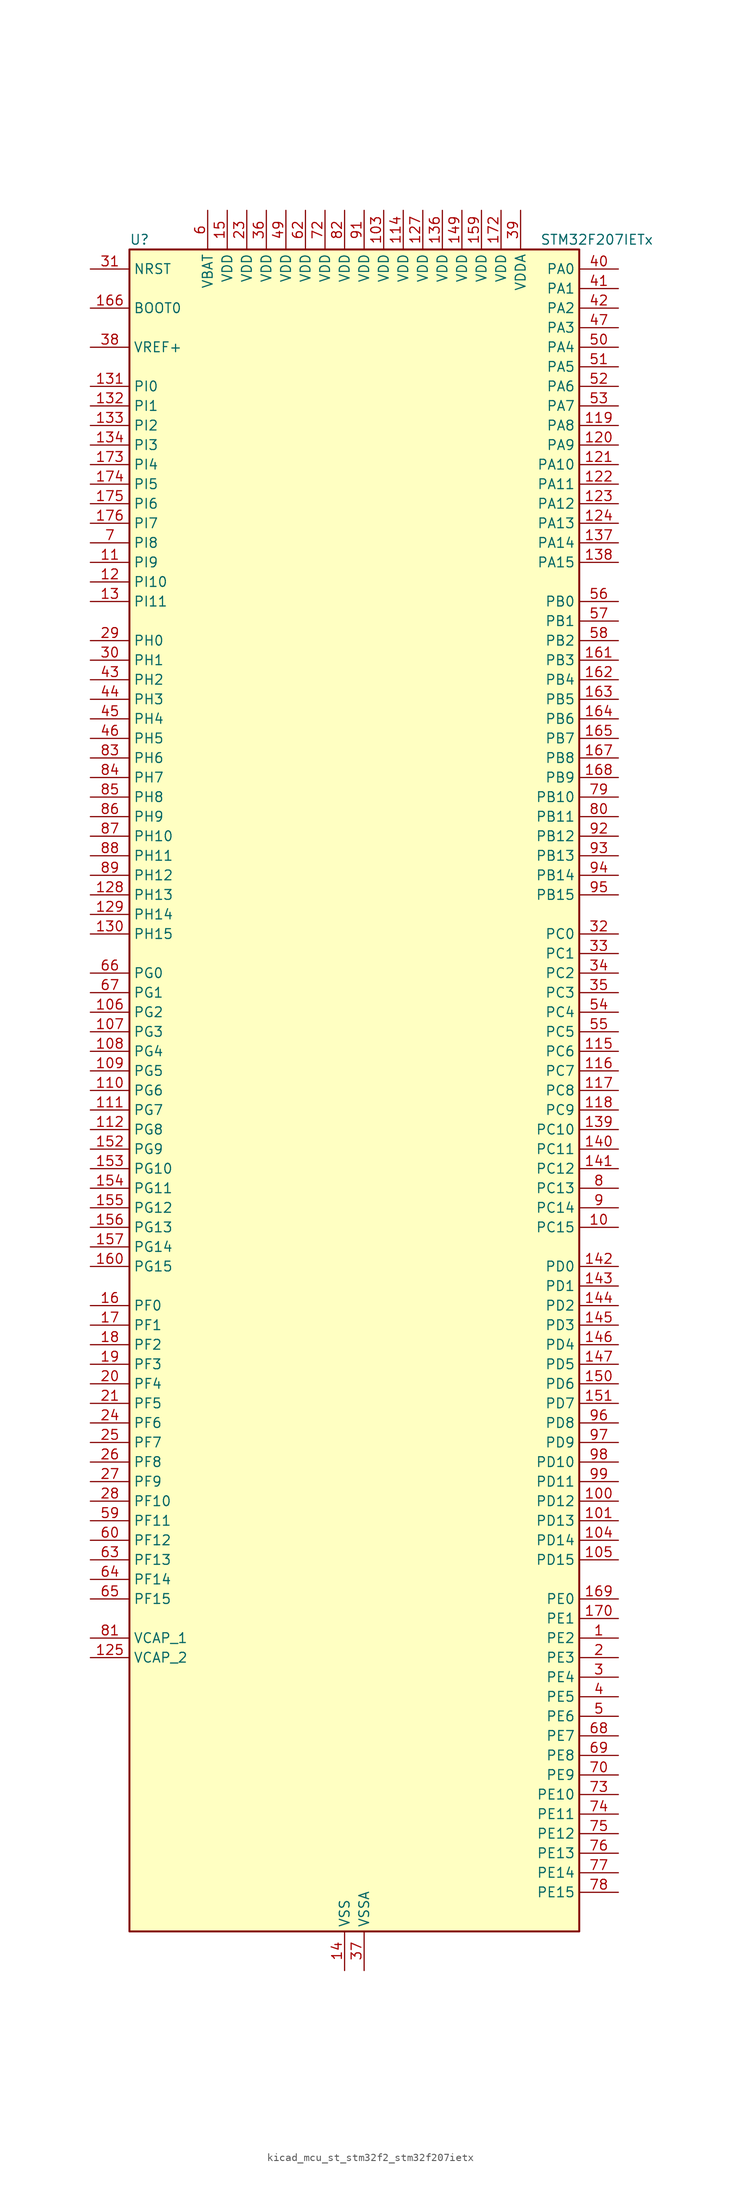
<source format=kicad_sym>
(kicad_symbol_lib
  (version 20220914)
  (generator kicad_symbol_editor)
  (symbol "kicad_mcu_st_stm32f2_stm32f207ietx"
    (property "Reference" "U"
      (at -27.94 110.49 0)
      (effects (font (size 1.27 1.27)) (justify left)))
    (property "Value" "STM32F207IETx"
      (at 25.4 110.49 0)
      (effects (font (size 1.27 1.27)) (justify left)))
    (property "ki_locked" ""
      (at 0 0 0)
      (effects (font (size 1.27 1.27))))
    (symbol "kicad_mcu_st_stm32f2_stm32f207ietx_0_1"
      (rectangle (start -27.94 -109.22) (end 30.48 109.22) (stroke (width 0.254) (type default)) (fill (type background))))
    (symbol "kicad_mcu_st_stm32f2_stm32f207ietx_1_1"
      (pin bidirectional line (at 35.56 -71.12 180) (length 5.08) (name "PE2" (effects (font (size 1.27 1.27)))) (number "1" (effects (font (size 1.27 1.27)))) (alternate "ETH_TXD3" bidirectional line) (alternate "FSMC_A23" bidirectional line) (alternate "SYS_TRACECLK" bidirectional line))
      (pin bidirectional line (at 35.56 -17.78 180) (length 5.08) (name "PC15" (effects (font (size 1.27 1.27)))) (number "10" (effects (font (size 1.27 1.27)))) (alternate "ADC1_EXTI15" bidirectional line) (alternate "ADC2_EXTI15" bidirectional line) (alternate "ADC3_EXTI15" bidirectional line) (alternate "RCC_OSC32_OUT" bidirectional line))
      (pin bidirectional line (at 35.56 -53.34 180) (length 5.08) (name "PD12" (effects (font (size 1.27 1.27)))) (number "100" (effects (font (size 1.27 1.27)))) (alternate "FSMC_A17" bidirectional line) (alternate "FSMC_ALE" bidirectional line) (alternate "TIM4_CH1" bidirectional line) (alternate "USART3_RTS" bidirectional line))
      (pin bidirectional line (at 35.56 -55.88 180) (length 5.08) (name "PD13" (effects (font (size 1.27 1.27)))) (number "101" (effects (font (size 1.27 1.27)))) (alternate "FSMC_A18" bidirectional line) (alternate "TIM4_CH2" bidirectional line))
      (pin passive line (at 0 -114.3 90) (length 5.08) hide (name "VSS" (effects (font (size 1.27 1.27)))) (number "102" (effects (font (size 1.27 1.27)))))
      (pin power_in line (at 5.08 114.3 270) (length 5.08) (name "VDD" (effects (font (size 1.27 1.27)))) (number "103" (effects (font (size 1.27 1.27)))))
      (pin bidirectional line (at 35.56 -58.42 180) (length 5.08) (name "PD14" (effects (font (size 1.27 1.27)))) (number "104" (effects (font (size 1.27 1.27)))) (alternate "FSMC_D0" bidirectional line) (alternate "FSMC_DA0" bidirectional line) (alternate "TIM4_CH3" bidirectional line))
      (pin bidirectional line (at 35.56 -60.96 180) (length 5.08) (name "PD15" (effects (font (size 1.27 1.27)))) (number "105" (effects (font (size 1.27 1.27)))) (alternate "ADC1_EXTI15" bidirectional line) (alternate "ADC2_EXTI15" bidirectional line) (alternate "ADC3_EXTI15" bidirectional line) (alternate "FSMC_D1" bidirectional line) (alternate "FSMC_DA1" bidirectional line) (alternate "TIM4_CH4" bidirectional line))
      (pin bidirectional line (at -33.02 10.16 0) (length 5.08) (name "PG2" (effects (font (size 1.27 1.27)))) (number "106" (effects (font (size 1.27 1.27)))) (alternate "FSMC_A12" bidirectional line))
      (pin bidirectional line (at -33.02 7.62 0) (length 5.08) (name "PG3" (effects (font (size 1.27 1.27)))) (number "107" (effects (font (size 1.27 1.27)))) (alternate "FSMC_A13" bidirectional line))
      (pin bidirectional line (at -33.02 5.08 0) (length 5.08) (name "PG4" (effects (font (size 1.27 1.27)))) (number "108" (effects (font (size 1.27 1.27)))) (alternate "FSMC_A14" bidirectional line))
      (pin bidirectional line (at -33.02 2.54 0) (length 5.08) (name "PG5" (effects (font (size 1.27 1.27)))) (number "109" (effects (font (size 1.27 1.27)))) (alternate "FSMC_A15" bidirectional line))
      (pin bidirectional line (at -33.02 68.58 0) (length 5.08) (name "PI9" (effects (font (size 1.27 1.27)))) (number "11" (effects (font (size 1.27 1.27)))) (alternate "CAN1_RX" bidirectional line) (alternate "DAC_EXTI9" bidirectional line))
      (pin bidirectional line (at -33.02 0 0) (length 5.08) (name "PG6" (effects (font (size 1.27 1.27)))) (number "110" (effects (font (size 1.27 1.27)))) (alternate "FSMC_INT2" bidirectional line))
      (pin bidirectional line (at -33.02 -2.54 0) (length 5.08) (name "PG7" (effects (font (size 1.27 1.27)))) (number "111" (effects (font (size 1.27 1.27)))) (alternate "FSMC_INT3" bidirectional line) (alternate "USART6_CK" bidirectional line))
      (pin bidirectional line (at -33.02 -5.08 0) (length 5.08) (name "PG8" (effects (font (size 1.27 1.27)))) (number "112" (effects (font (size 1.27 1.27)))) (alternate "ETH_PPS_OUT" bidirectional line) (alternate "USART6_RTS" bidirectional line))
      (pin passive line (at 0 -114.3 90) (length 5.08) hide (name "VSS" (effects (font (size 1.27 1.27)))) (number "113" (effects (font (size 1.27 1.27)))))
      (pin power_in line (at 7.62 114.3 270) (length 5.08) (name "VDD" (effects (font (size 1.27 1.27)))) (number "114" (effects (font (size 1.27 1.27)))))
      (pin bidirectional line (at 35.56 5.08 180) (length 5.08) (name "PC6" (effects (font (size 1.27 1.27)))) (number "115" (effects (font (size 1.27 1.27)))) (alternate "DCMI_D0" bidirectional line) (alternate "I2S2_MCK" bidirectional line) (alternate "SDIO_D6" bidirectional line) (alternate "TIM3_CH1" bidirectional line) (alternate "TIM8_CH1" bidirectional line) (alternate "USART6_TX" bidirectional line))
      (pin bidirectional line (at 35.56 2.54 180) (length 5.08) (name "PC7" (effects (font (size 1.27 1.27)))) (number "116" (effects (font (size 1.27 1.27)))) (alternate "DCMI_D1" bidirectional line) (alternate "I2S3_MCK" bidirectional line) (alternate "SDIO_D7" bidirectional line) (alternate "TIM3_CH2" bidirectional line) (alternate "TIM8_CH2" bidirectional line) (alternate "USART6_RX" bidirectional line))
      (pin bidirectional line (at 35.56 0 180) (length 5.08) (name "PC8" (effects (font (size 1.27 1.27)))) (number "117" (effects (font (size 1.27 1.27)))) (alternate "DCMI_D2" bidirectional line) (alternate "SDIO_D0" bidirectional line) (alternate "TIM3_CH3" bidirectional line) (alternate "TIM8_CH3" bidirectional line) (alternate "USART6_CK" bidirectional line))
      (pin bidirectional line (at 35.56 -2.54 180) (length 5.08) (name "PC9" (effects (font (size 1.27 1.27)))) (number "118" (effects (font (size 1.27 1.27)))) (alternate "DAC_EXTI9" bidirectional line) (alternate "DCMI_D3" bidirectional line) (alternate "I2C3_SDA" bidirectional line) (alternate "I2S_CKIN" bidirectional line) (alternate "RCC_MCO_2" bidirectional line) (alternate "SDIO_D1" bidirectional line) (alternate "TIM3_CH4" bidirectional line) (alternate "TIM8_CH4" bidirectional line))
      (pin bidirectional line (at 35.56 86.36 180) (length 5.08) (name "PA8" (effects (font (size 1.27 1.27)))) (number "119" (effects (font (size 1.27 1.27)))) (alternate "I2C3_SCL" bidirectional line) (alternate "RCC_MCO_1" bidirectional line) (alternate "TIM1_CH1" bidirectional line) (alternate "USART1_CK" bidirectional line) (alternate "USB_OTG_FS_SOF" bidirectional line))
      (pin bidirectional line (at -33.02 66.04 0) (length 5.08) (name "PI10" (effects (font (size 1.27 1.27)))) (number "12" (effects (font (size 1.27 1.27)))) (alternate "ETH_RX_ER" bidirectional line))
      (pin bidirectional line (at 35.56 83.82 180) (length 5.08) (name "PA9" (effects (font (size 1.27 1.27)))) (number "120" (effects (font (size 1.27 1.27)))) (alternate "DAC_EXTI9" bidirectional line) (alternate "DCMI_D0" bidirectional line) (alternate "I2C3_SMBA" bidirectional line) (alternate "TIM1_CH2" bidirectional line) (alternate "USART1_TX" bidirectional line) (alternate "USB_OTG_FS_VBUS" bidirectional line))
      (pin bidirectional line (at 35.56 81.28 180) (length 5.08) (name "PA10" (effects (font (size 1.27 1.27)))) (number "121" (effects (font (size 1.27 1.27)))) (alternate "DCMI_D1" bidirectional line) (alternate "TIM1_CH3" bidirectional line) (alternate "USART1_RX" bidirectional line) (alternate "USB_OTG_FS_ID" bidirectional line))
      (pin bidirectional line (at 35.56 78.74 180) (length 5.08) (name "PA11" (effects (font (size 1.27 1.27)))) (number "122" (effects (font (size 1.27 1.27)))) (alternate "ADC1_EXTI11" bidirectional line) (alternate "ADC2_EXTI11" bidirectional line) (alternate "ADC3_EXTI11" bidirectional line) (alternate "CAN1_RX" bidirectional line) (alternate "TIM1_CH4" bidirectional line) (alternate "USART1_CTS" bidirectional line) (alternate "USB_OTG_FS_DM" bidirectional line))
      (pin bidirectional line (at 35.56 76.2 180) (length 5.08) (name "PA12" (effects (font (size 1.27 1.27)))) (number "123" (effects (font (size 1.27 1.27)))) (alternate "CAN1_TX" bidirectional line) (alternate "TIM1_ETR" bidirectional line) (alternate "USART1_RTS" bidirectional line) (alternate "USB_OTG_FS_DP" bidirectional line))
      (pin bidirectional line (at 35.56 73.66 180) (length 5.08) (name "PA13" (effects (font (size 1.27 1.27)))) (number "124" (effects (font (size 1.27 1.27)))) (alternate "SYS_JTMS-SWDIO" bidirectional line))
      (pin power_out line (at -33.02 -73.66 0) (length 5.08) (name "VCAP_2" (effects (font (size 1.27 1.27)))) (number "125" (effects (font (size 1.27 1.27)))))
      (pin passive line (at 0 -114.3 90) (length 5.08) hide (name "VSS" (effects (font (size 1.27 1.27)))) (number "126" (effects (font (size 1.27 1.27)))))
      (pin power_in line (at 10.16 114.3 270) (length 5.08) (name "VDD" (effects (font (size 1.27 1.27)))) (number "127" (effects (font (size 1.27 1.27)))))
      (pin bidirectional line (at -33.02 25.4 0) (length 5.08) (name "PH13" (effects (font (size 1.27 1.27)))) (number "128" (effects (font (size 1.27 1.27)))) (alternate "CAN1_TX" bidirectional line) (alternate "TIM8_CH1N" bidirectional line))
      (pin bidirectional line (at -33.02 22.86 0) (length 5.08) (name "PH14" (effects (font (size 1.27 1.27)))) (number "129" (effects (font (size 1.27 1.27)))) (alternate "DCMI_D4" bidirectional line) (alternate "TIM8_CH2N" bidirectional line))
      (pin bidirectional line (at -33.02 63.5 0) (length 5.08) (name "PI11" (effects (font (size 1.27 1.27)))) (number "13" (effects (font (size 1.27 1.27)))) (alternate "ADC1_EXTI11" bidirectional line) (alternate "ADC2_EXTI11" bidirectional line) (alternate "ADC3_EXTI11" bidirectional line) (alternate "USB_OTG_HS_ULPI_DIR" bidirectional line))
      (pin bidirectional line (at -33.02 20.32 0) (length 5.08) (name "PH15" (effects (font (size 1.27 1.27)))) (number "130" (effects (font (size 1.27 1.27)))) (alternate "ADC1_EXTI15" bidirectional line) (alternate "ADC2_EXTI15" bidirectional line) (alternate "ADC3_EXTI15" bidirectional line) (alternate "DCMI_D11" bidirectional line) (alternate "TIM8_CH3N" bidirectional line))
      (pin bidirectional line (at -33.02 91.44 0) (length 5.08) (name "PI0" (effects (font (size 1.27 1.27)))) (number "131" (effects (font (size 1.27 1.27)))) (alternate "DCMI_D13" bidirectional line) (alternate "I2S2_WS" bidirectional line) (alternate "SPI2_NSS" bidirectional line) (alternate "TIM5_CH4" bidirectional line))
      (pin bidirectional line (at -33.02 88.9 0) (length 5.08) (name "PI1" (effects (font (size 1.27 1.27)))) (number "132" (effects (font (size 1.27 1.27)))) (alternate "DCMI_D8" bidirectional line) (alternate "I2S2_SCK" bidirectional line) (alternate "SPI2_SCK" bidirectional line))
      (pin bidirectional line (at -33.02 86.36 0) (length 5.08) (name "PI2" (effects (font (size 1.27 1.27)))) (number "133" (effects (font (size 1.27 1.27)))) (alternate "DCMI_D9" bidirectional line) (alternate "SPI2_MISO" bidirectional line) (alternate "TIM8_CH4" bidirectional line))
      (pin bidirectional line (at -33.02 83.82 0) (length 5.08) (name "PI3" (effects (font (size 1.27 1.27)))) (number "134" (effects (font (size 1.27 1.27)))) (alternate "DCMI_D10" bidirectional line) (alternate "I2S2_SD" bidirectional line) (alternate "SPI2_MOSI" bidirectional line) (alternate "TIM8_ETR" bidirectional line))
      (pin passive line (at 0 -114.3 90) (length 5.08) hide (name "VSS" (effects (font (size 1.27 1.27)))) (number "135" (effects (font (size 1.27 1.27)))))
      (pin power_in line (at 12.7 114.3 270) (length 5.08) (name "VDD" (effects (font (size 1.27 1.27)))) (number "136" (effects (font (size 1.27 1.27)))))
      (pin bidirectional line (at 35.56 71.12 180) (length 5.08) (name "PA14" (effects (font (size 1.27 1.27)))) (number "137" (effects (font (size 1.27 1.27)))) (alternate "SYS_JTCK-SWCLK" bidirectional line))
      (pin bidirectional line (at 35.56 68.58 180) (length 5.08) (name "PA15" (effects (font (size 1.27 1.27)))) (number "138" (effects (font (size 1.27 1.27)))) (alternate "ADC1_EXTI15" bidirectional line) (alternate "ADC2_EXTI15" bidirectional line) (alternate "ADC3_EXTI15" bidirectional line) (alternate "I2S3_WS" bidirectional line) (alternate "SPI1_NSS" bidirectional line) (alternate "SPI3_NSS" bidirectional line) (alternate "SYS_JTDI" bidirectional line) (alternate "TIM2_CH1" bidirectional line) (alternate "TIM2_ETR" bidirectional line))
      (pin bidirectional line (at 35.56 -5.08 180) (length 5.08) (name "PC10" (effects (font (size 1.27 1.27)))) (number "139" (effects (font (size 1.27 1.27)))) (alternate "DCMI_D8" bidirectional line) (alternate "I2S3_SCK" bidirectional line) (alternate "SDIO_D2" bidirectional line) (alternate "SPI3_SCK" bidirectional line) (alternate "UART4_TX" bidirectional line) (alternate "USART3_TX" bidirectional line))
      (pin power_in line (at 0 -114.3 90) (length 5.08) (name "VSS" (effects (font (size 1.27 1.27)))) (number "14" (effects (font (size 1.27 1.27)))))
      (pin bidirectional line (at 35.56 -7.62 180) (length 5.08) (name "PC11" (effects (font (size 1.27 1.27)))) (number "140" (effects (font (size 1.27 1.27)))) (alternate "ADC1_EXTI11" bidirectional line) (alternate "ADC2_EXTI11" bidirectional line) (alternate "ADC3_EXTI11" bidirectional line) (alternate "DCMI_D4" bidirectional line) (alternate "SDIO_D3" bidirectional line) (alternate "SPI3_MISO" bidirectional line) (alternate "UART4_RX" bidirectional line) (alternate "USART3_RX" bidirectional line))
      (pin bidirectional line (at 35.56 -10.16 180) (length 5.08) (name "PC12" (effects (font (size 1.27 1.27)))) (number "141" (effects (font (size 1.27 1.27)))) (alternate "DCMI_D9" bidirectional line) (alternate "I2S3_SD" bidirectional line) (alternate "SDIO_CK" bidirectional line) (alternate "SPI3_MOSI" bidirectional line) (alternate "UART5_TX" bidirectional line) (alternate "USART3_CK" bidirectional line))
      (pin bidirectional line (at 35.56 -22.86 180) (length 5.08) (name "PD0" (effects (font (size 1.27 1.27)))) (number "142" (effects (font (size 1.27 1.27)))) (alternate "CAN1_RX" bidirectional line) (alternate "FSMC_D2" bidirectional line) (alternate "FSMC_DA2" bidirectional line))
      (pin bidirectional line (at 35.56 -25.4 180) (length 5.08) (name "PD1" (effects (font (size 1.27 1.27)))) (number "143" (effects (font (size 1.27 1.27)))) (alternate "CAN1_TX" bidirectional line) (alternate "FSMC_D3" bidirectional line) (alternate "FSMC_DA3" bidirectional line))
      (pin bidirectional line (at 35.56 -27.94 180) (length 5.08) (name "PD2" (effects (font (size 1.27 1.27)))) (number "144" (effects (font (size 1.27 1.27)))) (alternate "DCMI_D11" bidirectional line) (alternate "SDIO_CMD" bidirectional line) (alternate "TIM3_ETR" bidirectional line) (alternate "UART5_RX" bidirectional line))
      (pin bidirectional line (at 35.56 -30.48 180) (length 5.08) (name "PD3" (effects (font (size 1.27 1.27)))) (number "145" (effects (font (size 1.27 1.27)))) (alternate "FSMC_CLK" bidirectional line) (alternate "USART2_CTS" bidirectional line))
      (pin bidirectional line (at 35.56 -33.02 180) (length 5.08) (name "PD4" (effects (font (size 1.27 1.27)))) (number "146" (effects (font (size 1.27 1.27)))) (alternate "FSMC_NOE" bidirectional line) (alternate "USART2_RTS" bidirectional line))
      (pin bidirectional line (at 35.56 -35.56 180) (length 5.08) (name "PD5" (effects (font (size 1.27 1.27)))) (number "147" (effects (font (size 1.27 1.27)))) (alternate "FSMC_NWE" bidirectional line) (alternate "USART2_TX" bidirectional line))
      (pin passive line (at 0 -114.3 90) (length 5.08) hide (name "VSS" (effects (font (size 1.27 1.27)))) (number "148" (effects (font (size 1.27 1.27)))))
      (pin power_in line (at 15.24 114.3 270) (length 5.08) (name "VDD" (effects (font (size 1.27 1.27)))) (number "149" (effects (font (size 1.27 1.27)))))
      (pin power_in line (at -15.24 114.3 270) (length 5.08) (name "VDD" (effects (font (size 1.27 1.27)))) (number "15" (effects (font (size 1.27 1.27)))))
      (pin bidirectional line (at 35.56 -38.1 180) (length 5.08) (name "PD6" (effects (font (size 1.27 1.27)))) (number "150" (effects (font (size 1.27 1.27)))) (alternate "FSMC_NWAIT" bidirectional line) (alternate "USART2_RX" bidirectional line))
      (pin bidirectional line (at 35.56 -40.64 180) (length 5.08) (name "PD7" (effects (font (size 1.27 1.27)))) (number "151" (effects (font (size 1.27 1.27)))) (alternate "FSMC_NCE2" bidirectional line) (alternate "FSMC_NE1" bidirectional line) (alternate "USART2_CK" bidirectional line))
      (pin bidirectional line (at -33.02 -7.62 0) (length 5.08) (name "PG9" (effects (font (size 1.27 1.27)))) (number "152" (effects (font (size 1.27 1.27)))) (alternate "DAC_EXTI9" bidirectional line) (alternate "FSMC_NCE3" bidirectional line) (alternate "FSMC_NE2" bidirectional line) (alternate "USART6_RX" bidirectional line))
      (pin bidirectional line (at -33.02 -10.16 0) (length 5.08) (name "PG10" (effects (font (size 1.27 1.27)))) (number "153" (effects (font (size 1.27 1.27)))) (alternate "FSMC_NCE4_1" bidirectional line) (alternate "FSMC_NE3" bidirectional line))
      (pin bidirectional line (at -33.02 -12.7 0) (length 5.08) (name "PG11" (effects (font (size 1.27 1.27)))) (number "154" (effects (font (size 1.27 1.27)))) (alternate "ADC1_EXTI11" bidirectional line) (alternate "ADC2_EXTI11" bidirectional line) (alternate "ADC3_EXTI11" bidirectional line) (alternate "ETH_TX_EN" bidirectional line) (alternate "FSMC_NCE4_2" bidirectional line))
      (pin bidirectional line (at -33.02 -15.24 0) (length 5.08) (name "PG12" (effects (font (size 1.27 1.27)))) (number "155" (effects (font (size 1.27 1.27)))) (alternate "FSMC_NE4" bidirectional line) (alternate "USART6_RTS" bidirectional line))
      (pin bidirectional line (at -33.02 -17.78 0) (length 5.08) (name "PG13" (effects (font (size 1.27 1.27)))) (number "156" (effects (font (size 1.27 1.27)))) (alternate "ETH_TXD0" bidirectional line) (alternate "FSMC_A24" bidirectional line) (alternate "USART6_CTS" bidirectional line))
      (pin bidirectional line (at -33.02 -20.32 0) (length 5.08) (name "PG14" (effects (font (size 1.27 1.27)))) (number "157" (effects (font (size 1.27 1.27)))) (alternate "ETH_TXD1" bidirectional line) (alternate "FSMC_A25" bidirectional line) (alternate "USART6_TX" bidirectional line))
      (pin passive line (at 0 -114.3 90) (length 5.08) hide (name "VSS" (effects (font (size 1.27 1.27)))) (number "158" (effects (font (size 1.27 1.27)))))
      (pin power_in line (at 17.78 114.3 270) (length 5.08) (name "VDD" (effects (font (size 1.27 1.27)))) (number "159" (effects (font (size 1.27 1.27)))))
      (pin bidirectional line (at -33.02 -27.94 0) (length 5.08) (name "PF0" (effects (font (size 1.27 1.27)))) (number "16" (effects (font (size 1.27 1.27)))) (alternate "FSMC_A0" bidirectional line) (alternate "I2C2_SDA" bidirectional line))
      (pin bidirectional line (at -33.02 -22.86 0) (length 5.08) (name "PG15" (effects (font (size 1.27 1.27)))) (number "160" (effects (font (size 1.27 1.27)))) (alternate "ADC1_EXTI15" bidirectional line) (alternate "ADC2_EXTI15" bidirectional line) (alternate "ADC3_EXTI15" bidirectional line) (alternate "DCMI_D13" bidirectional line) (alternate "USART6_CTS" bidirectional line))
      (pin bidirectional line (at 35.56 55.88 180) (length 5.08) (name "PB3" (effects (font (size 1.27 1.27)))) (number "161" (effects (font (size 1.27 1.27)))) (alternate "I2S3_SCK" bidirectional line) (alternate "SPI1_SCK" bidirectional line) (alternate "SPI3_SCK" bidirectional line) (alternate "SYS_JTDO-SWO" bidirectional line) (alternate "TIM2_CH2" bidirectional line))
      (pin bidirectional line (at 35.56 53.34 180) (length 5.08) (name "PB4" (effects (font (size 1.27 1.27)))) (number "162" (effects (font (size 1.27 1.27)))) (alternate "SPI1_MISO" bidirectional line) (alternate "SPI3_MISO" bidirectional line) (alternate "SYS_JTRST" bidirectional line) (alternate "TIM3_CH1" bidirectional line))
      (pin bidirectional line (at 35.56 50.8 180) (length 5.08) (name "PB5" (effects (font (size 1.27 1.27)))) (number "163" (effects (font (size 1.27 1.27)))) (alternate "CAN2_RX" bidirectional line) (alternate "DCMI_D10" bidirectional line) (alternate "ETH_PPS_OUT" bidirectional line) (alternate "I2C1_SMBA" bidirectional line) (alternate "I2S3_SD" bidirectional line) (alternate "SPI1_MOSI" bidirectional line) (alternate "SPI3_MOSI" bidirectional line) (alternate "TIM3_CH2" bidirectional line) (alternate "USB_OTG_HS_ULPI_D7" bidirectional line))
      (pin bidirectional line (at 35.56 48.26 180) (length 5.08) (name "PB6" (effects (font (size 1.27 1.27)))) (number "164" (effects (font (size 1.27 1.27)))) (alternate "CAN2_TX" bidirectional line) (alternate "DCMI_D5" bidirectional line) (alternate "I2C1_SCL" bidirectional line) (alternate "TIM4_CH1" bidirectional line) (alternate "USART1_TX" bidirectional line))
      (pin bidirectional line (at 35.56 45.72 180) (length 5.08) (name "PB7" (effects (font (size 1.27 1.27)))) (number "165" (effects (font (size 1.27 1.27)))) (alternate "DCMI_VSYNC" bidirectional line) (alternate "FSMC_NL" bidirectional line) (alternate "I2C1_SDA" bidirectional line) (alternate "TIM4_CH2" bidirectional line) (alternate "USART1_RX" bidirectional line))
      (pin input line (at -33.02 101.6 0) (length 5.08) (name "BOOT0" (effects (font (size 1.27 1.27)))) (number "166" (effects (font (size 1.27 1.27)))))
      (pin bidirectional line (at 35.56 43.18 180) (length 5.08) (name "PB8" (effects (font (size 1.27 1.27)))) (number "167" (effects (font (size 1.27 1.27)))) (alternate "CAN1_RX" bidirectional line) (alternate "DCMI_D6" bidirectional line) (alternate "ETH_TXD3" bidirectional line) (alternate "I2C1_SCL" bidirectional line) (alternate "SDIO_D4" bidirectional line) (alternate "TIM10_CH1" bidirectional line) (alternate "TIM4_CH3" bidirectional line))
      (pin bidirectional line (at 35.56 40.64 180) (length 5.08) (name "PB9" (effects (font (size 1.27 1.27)))) (number "168" (effects (font (size 1.27 1.27)))) (alternate "CAN1_TX" bidirectional line) (alternate "DAC_EXTI9" bidirectional line) (alternate "DCMI_D7" bidirectional line) (alternate "I2C1_SDA" bidirectional line) (alternate "I2S2_WS" bidirectional line) (alternate "SDIO_D5" bidirectional line) (alternate "SPI2_NSS" bidirectional line) (alternate "TIM11_CH1" bidirectional line) (alternate "TIM4_CH4" bidirectional line))
      (pin bidirectional line (at 35.56 -66.04 180) (length 5.08) (name "PE0" (effects (font (size 1.27 1.27)))) (number "169" (effects (font (size 1.27 1.27)))) (alternate "DCMI_D2" bidirectional line) (alternate "FSMC_NBL0" bidirectional line) (alternate "TIM4_ETR" bidirectional line))
      (pin bidirectional line (at -33.02 -30.48 0) (length 5.08) (name "PF1" (effects (font (size 1.27 1.27)))) (number "17" (effects (font (size 1.27 1.27)))) (alternate "FSMC_A1" bidirectional line) (alternate "I2C2_SCL" bidirectional line))
      (pin bidirectional line (at 35.56 -68.58 180) (length 5.08) (name "PE1" (effects (font (size 1.27 1.27)))) (number "170" (effects (font (size 1.27 1.27)))) (alternate "DCMI_D3" bidirectional line) (alternate "FSMC_NBL1" bidirectional line))
      (pin no_connect line (at -27.94 -109.22 0) (length 5.08) hide (name "RFU" (effects (font (size 1.27 1.27)))) (number "171" (effects (font (size 1.27 1.27)))))
      (pin power_in line (at 20.32 114.3 270) (length 5.08) (name "VDD" (effects (font (size 1.27 1.27)))) (number "172" (effects (font (size 1.27 1.27)))))
      (pin bidirectional line (at -33.02 81.28 0) (length 5.08) (name "PI4" (effects (font (size 1.27 1.27)))) (number "173" (effects (font (size 1.27 1.27)))) (alternate "DCMI_D5" bidirectional line) (alternate "TIM8_BKIN" bidirectional line))
      (pin bidirectional line (at -33.02 78.74 0) (length 5.08) (name "PI5" (effects (font (size 1.27 1.27)))) (number "174" (effects (font (size 1.27 1.27)))) (alternate "DCMI_VSYNC" bidirectional line) (alternate "TIM8_CH1" bidirectional line))
      (pin bidirectional line (at -33.02 76.2 0) (length 5.08) (name "PI6" (effects (font (size 1.27 1.27)))) (number "175" (effects (font (size 1.27 1.27)))) (alternate "DCMI_D6" bidirectional line) (alternate "TIM8_CH2" bidirectional line))
      (pin bidirectional line (at -33.02 73.66 0) (length 5.08) (name "PI7" (effects (font (size 1.27 1.27)))) (number "176" (effects (font (size 1.27 1.27)))) (alternate "DCMI_D7" bidirectional line) (alternate "TIM8_CH3" bidirectional line))
      (pin bidirectional line (at -33.02 -33.02 0) (length 5.08) (name "PF2" (effects (font (size 1.27 1.27)))) (number "18" (effects (font (size 1.27 1.27)))) (alternate "FSMC_A2" bidirectional line) (alternate "I2C2_SMBA" bidirectional line))
      (pin bidirectional line (at -33.02 -35.56 0) (length 5.08) (name "PF3" (effects (font (size 1.27 1.27)))) (number "19" (effects (font (size 1.27 1.27)))) (alternate "ADC3_IN9" bidirectional line) (alternate "FSMC_A3" bidirectional line))
      (pin bidirectional line (at 35.56 -73.66 180) (length 5.08) (name "PE3" (effects (font (size 1.27 1.27)))) (number "2" (effects (font (size 1.27 1.27)))) (alternate "FSMC_A19" bidirectional line) (alternate "SYS_TRACED0" bidirectional line))
      (pin bidirectional line (at -33.02 -38.1 0) (length 5.08) (name "PF4" (effects (font (size 1.27 1.27)))) (number "20" (effects (font (size 1.27 1.27)))) (alternate "ADC3_IN14" bidirectional line) (alternate "FSMC_A4" bidirectional line))
      (pin bidirectional line (at -33.02 -40.64 0) (length 5.08) (name "PF5" (effects (font (size 1.27 1.27)))) (number "21" (effects (font (size 1.27 1.27)))) (alternate "ADC3_IN15" bidirectional line) (alternate "FSMC_A5" bidirectional line))
      (pin passive line (at 0 -114.3 90) (length 5.08) hide (name "VSS" (effects (font (size 1.27 1.27)))) (number "22" (effects (font (size 1.27 1.27)))))
      (pin power_in line (at -12.7 114.3 270) (length 5.08) (name "VDD" (effects (font (size 1.27 1.27)))) (number "23" (effects (font (size 1.27 1.27)))))
      (pin bidirectional line (at -33.02 -43.18 0) (length 5.08) (name "PF6" (effects (font (size 1.27 1.27)))) (number "24" (effects (font (size 1.27 1.27)))) (alternate "ADC3_IN4" bidirectional line) (alternate "FSMC_NIORD" bidirectional line) (alternate "TIM10_CH1" bidirectional line))
      (pin bidirectional line (at -33.02 -45.72 0) (length 5.08) (name "PF7" (effects (font (size 1.27 1.27)))) (number "25" (effects (font (size 1.27 1.27)))) (alternate "ADC3_IN5" bidirectional line) (alternate "FSMC_NREG" bidirectional line) (alternate "TIM11_CH1" bidirectional line))
      (pin bidirectional line (at -33.02 -48.26 0) (length 5.08) (name "PF8" (effects (font (size 1.27 1.27)))) (number "26" (effects (font (size 1.27 1.27)))) (alternate "ADC3_IN6" bidirectional line) (alternate "FSMC_NIOWR" bidirectional line) (alternate "TIM13_CH1" bidirectional line))
      (pin bidirectional line (at -33.02 -50.8 0) (length 5.08) (name "PF9" (effects (font (size 1.27 1.27)))) (number "27" (effects (font (size 1.27 1.27)))) (alternate "ADC3_IN7" bidirectional line) (alternate "DAC_EXTI9" bidirectional line) (alternate "FSMC_CD" bidirectional line) (alternate "TIM14_CH1" bidirectional line))
      (pin bidirectional line (at -33.02 -53.34 0) (length 5.08) (name "PF10" (effects (font (size 1.27 1.27)))) (number "28" (effects (font (size 1.27 1.27)))) (alternate "ADC3_IN8" bidirectional line) (alternate "FSMC_INTR" bidirectional line))
      (pin bidirectional line (at -33.02 58.42 0) (length 5.08) (name "PH0" (effects (font (size 1.27 1.27)))) (number "29" (effects (font (size 1.27 1.27)))) (alternate "RCC_OSC_IN" bidirectional line))
      (pin bidirectional line (at 35.56 -76.2 180) (length 5.08) (name "PE4" (effects (font (size 1.27 1.27)))) (number "3" (effects (font (size 1.27 1.27)))) (alternate "DCMI_D4" bidirectional line) (alternate "FSMC_A20" bidirectional line) (alternate "SYS_TRACED1" bidirectional line))
      (pin bidirectional line (at -33.02 55.88 0) (length 5.08) (name "PH1" (effects (font (size 1.27 1.27)))) (number "30" (effects (font (size 1.27 1.27)))) (alternate "RCC_OSC_OUT" bidirectional line))
      (pin input line (at -33.02 106.68 0) (length 5.08) (name "NRST" (effects (font (size 1.27 1.27)))) (number "31" (effects (font (size 1.27 1.27)))))
      (pin bidirectional line (at 35.56 20.32 180) (length 5.08) (name "PC0" (effects (font (size 1.27 1.27)))) (number "32" (effects (font (size 1.27 1.27)))) (alternate "ADC1_IN10" bidirectional line) (alternate "ADC2_IN10" bidirectional line) (alternate "ADC3_IN10" bidirectional line) (alternate "USB_OTG_HS_ULPI_STP" bidirectional line))
      (pin bidirectional line (at 35.56 17.78 180) (length 5.08) (name "PC1" (effects (font (size 1.27 1.27)))) (number "33" (effects (font (size 1.27 1.27)))) (alternate "ADC1_IN11" bidirectional line) (alternate "ADC2_IN11" bidirectional line) (alternate "ADC3_IN11" bidirectional line) (alternate "ETH_MDC" bidirectional line))
      (pin bidirectional line (at 35.56 15.24 180) (length 5.08) (name "PC2" (effects (font (size 1.27 1.27)))) (number "34" (effects (font (size 1.27 1.27)))) (alternate "ADC1_IN12" bidirectional line) (alternate "ADC2_IN12" bidirectional line) (alternate "ADC3_IN12" bidirectional line) (alternate "ETH_TXD2" bidirectional line) (alternate "SPI2_MISO" bidirectional line) (alternate "USB_OTG_HS_ULPI_DIR" bidirectional line))
      (pin bidirectional line (at 35.56 12.7 180) (length 5.08) (name "PC3" (effects (font (size 1.27 1.27)))) (number "35" (effects (font (size 1.27 1.27)))) (alternate "ADC1_IN13" bidirectional line) (alternate "ADC2_IN13" bidirectional line) (alternate "ADC3_IN13" bidirectional line) (alternate "ETH_TX_CLK" bidirectional line) (alternate "I2S2_SD" bidirectional line) (alternate "SPI2_MOSI" bidirectional line) (alternate "USB_OTG_HS_ULPI_NXT" bidirectional line))
      (pin power_in line (at -10.16 114.3 270) (length 5.08) (name "VDD" (effects (font (size 1.27 1.27)))) (number "36" (effects (font (size 1.27 1.27)))))
      (pin power_in line (at 2.54 -114.3 90) (length 5.08) (name "VSSA" (effects (font (size 1.27 1.27)))) (number "37" (effects (font (size 1.27 1.27)))))
      (pin input line (at -33.02 96.52 0) (length 5.08) (name "VREF+" (effects (font (size 1.27 1.27)))) (number "38" (effects (font (size 1.27 1.27)))))
      (pin power_in line (at 22.86 114.3 270) (length 5.08) (name "VDDA" (effects (font (size 1.27 1.27)))) (number "39" (effects (font (size 1.27 1.27)))))
      (pin bidirectional line (at 35.56 -78.74 180) (length 5.08) (name "PE5" (effects (font (size 1.27 1.27)))) (number "4" (effects (font (size 1.27 1.27)))) (alternate "DCMI_D6" bidirectional line) (alternate "FSMC_A21" bidirectional line) (alternate "SYS_TRACED2" bidirectional line) (alternate "TIM9_CH1" bidirectional line))
      (pin bidirectional line (at 35.56 106.68 180) (length 5.08) (name "PA0" (effects (font (size 1.27 1.27)))) (number "40" (effects (font (size 1.27 1.27)))) (alternate "ADC1_IN0" bidirectional line) (alternate "ADC2_IN0" bidirectional line) (alternate "ADC3_IN0" bidirectional line) (alternate "ETH_CRS" bidirectional line) (alternate "SYS_WKUP" bidirectional line) (alternate "TIM2_CH1" bidirectional line) (alternate "TIM2_ETR" bidirectional line) (alternate "TIM5_CH1" bidirectional line) (alternate "TIM8_ETR" bidirectional line) (alternate "UART4_TX" bidirectional line) (alternate "USART2_CTS" bidirectional line))
      (pin bidirectional line (at 35.56 104.14 180) (length 5.08) (name "PA1" (effects (font (size 1.27 1.27)))) (number "41" (effects (font (size 1.27 1.27)))) (alternate "ADC1_IN1" bidirectional line) (alternate "ADC2_IN1" bidirectional line) (alternate "ADC3_IN1" bidirectional line) (alternate "ETH_REF_CLK" bidirectional line) (alternate "ETH_RX_CLK" bidirectional line) (alternate "TIM2_CH2" bidirectional line) (alternate "TIM5_CH2" bidirectional line) (alternate "UART4_RX" bidirectional line) (alternate "USART2_RTS" bidirectional line))
      (pin bidirectional line (at 35.56 101.6 180) (length 5.08) (name "PA2" (effects (font (size 1.27 1.27)))) (number "42" (effects (font (size 1.27 1.27)))) (alternate "ADC1_IN2" bidirectional line) (alternate "ADC2_IN2" bidirectional line) (alternate "ADC3_IN2" bidirectional line) (alternate "ETH_MDIO" bidirectional line) (alternate "TIM2_CH3" bidirectional line) (alternate "TIM5_CH3" bidirectional line) (alternate "TIM9_CH1" bidirectional line) (alternate "USART2_TX" bidirectional line))
      (pin bidirectional line (at -33.02 53.34 0) (length 5.08) (name "PH2" (effects (font (size 1.27 1.27)))) (number "43" (effects (font (size 1.27 1.27)))) (alternate "ETH_CRS" bidirectional line))
      (pin bidirectional line (at -33.02 50.8 0) (length 5.08) (name "PH3" (effects (font (size 1.27 1.27)))) (number "44" (effects (font (size 1.27 1.27)))) (alternate "ETH_COL" bidirectional line))
      (pin bidirectional line (at -33.02 48.26 0) (length 5.08) (name "PH4" (effects (font (size 1.27 1.27)))) (number "45" (effects (font (size 1.27 1.27)))) (alternate "I2C2_SCL" bidirectional line) (alternate "USB_OTG_HS_ULPI_NXT" bidirectional line))
      (pin bidirectional line (at -33.02 45.72 0) (length 5.08) (name "PH5" (effects (font (size 1.27 1.27)))) (number "46" (effects (font (size 1.27 1.27)))) (alternate "I2C2_SDA" bidirectional line))
      (pin bidirectional line (at 35.56 99.06 180) (length 5.08) (name "PA3" (effects (font (size 1.27 1.27)))) (number "47" (effects (font (size 1.27 1.27)))) (alternate "ADC1_IN3" bidirectional line) (alternate "ADC2_IN3" bidirectional line) (alternate "ADC3_IN3" bidirectional line) (alternate "ETH_COL" bidirectional line) (alternate "TIM2_CH4" bidirectional line) (alternate "TIM5_CH4" bidirectional line) (alternate "TIM9_CH2" bidirectional line) (alternate "USART2_RX" bidirectional line) (alternate "USB_OTG_HS_ULPI_D0" bidirectional line))
      (pin passive line (at 0 -114.3 90) (length 5.08) hide (name "VSS" (effects (font (size 1.27 1.27)))) (number "48" (effects (font (size 1.27 1.27)))))
      (pin power_in line (at -7.62 114.3 270) (length 5.08) (name "VDD" (effects (font (size 1.27 1.27)))) (number "49" (effects (font (size 1.27 1.27)))))
      (pin bidirectional line (at 35.56 -81.28 180) (length 5.08) (name "PE6" (effects (font (size 1.27 1.27)))) (number "5" (effects (font (size 1.27 1.27)))) (alternate "DCMI_D7" bidirectional line) (alternate "FSMC_A22" bidirectional line) (alternate "SYS_TRACED3" bidirectional line) (alternate "TIM9_CH2" bidirectional line))
      (pin bidirectional line (at 35.56 96.52 180) (length 5.08) (name "PA4" (effects (font (size 1.27 1.27)))) (number "50" (effects (font (size 1.27 1.27)))) (alternate "ADC1_IN4" bidirectional line) (alternate "ADC2_IN4" bidirectional line) (alternate "DAC_OUT1" bidirectional line) (alternate "DCMI_HSYNC" bidirectional line) (alternate "I2S3_WS" bidirectional line) (alternate "SPI1_NSS" bidirectional line) (alternate "SPI3_NSS" bidirectional line) (alternate "USART2_CK" bidirectional line) (alternate "USB_OTG_HS_SOF" bidirectional line))
      (pin bidirectional line (at 35.56 93.98 180) (length 5.08) (name "PA5" (effects (font (size 1.27 1.27)))) (number "51" (effects (font (size 1.27 1.27)))) (alternate "ADC1_IN5" bidirectional line) (alternate "ADC2_IN5" bidirectional line) (alternate "DAC_OUT2" bidirectional line) (alternate "SPI1_SCK" bidirectional line) (alternate "TIM2_CH1" bidirectional line) (alternate "TIM2_ETR" bidirectional line) (alternate "TIM8_CH1N" bidirectional line) (alternate "USB_OTG_HS_ULPI_CK" bidirectional line))
      (pin bidirectional line (at 35.56 91.44 180) (length 5.08) (name "PA6" (effects (font (size 1.27 1.27)))) (number "52" (effects (font (size 1.27 1.27)))) (alternate "ADC1_IN6" bidirectional line) (alternate "ADC2_IN6" bidirectional line) (alternate "DCMI_PIXCLK" bidirectional line) (alternate "SPI1_MISO" bidirectional line) (alternate "TIM13_CH1" bidirectional line) (alternate "TIM1_BKIN" bidirectional line) (alternate "TIM3_CH1" bidirectional line) (alternate "TIM8_BKIN" bidirectional line))
      (pin bidirectional line (at 35.56 88.9 180) (length 5.08) (name "PA7" (effects (font (size 1.27 1.27)))) (number "53" (effects (font (size 1.27 1.27)))) (alternate "ADC1_IN7" bidirectional line) (alternate "ADC2_IN7" bidirectional line) (alternate "ETH_CRS_DV" bidirectional line) (alternate "ETH_RX_DV" bidirectional line) (alternate "SPI1_MOSI" bidirectional line) (alternate "TIM14_CH1" bidirectional line) (alternate "TIM1_CH1N" bidirectional line) (alternate "TIM3_CH2" bidirectional line) (alternate "TIM8_CH1N" bidirectional line))
      (pin bidirectional line (at 35.56 10.16 180) (length 5.08) (name "PC4" (effects (font (size 1.27 1.27)))) (number "54" (effects (font (size 1.27 1.27)))) (alternate "ADC1_IN14" bidirectional line) (alternate "ADC2_IN14" bidirectional line) (alternate "ETH_RXD0" bidirectional line))
      (pin bidirectional line (at 35.56 7.62 180) (length 5.08) (name "PC5" (effects (font (size 1.27 1.27)))) (number "55" (effects (font (size 1.27 1.27)))) (alternate "ADC1_IN15" bidirectional line) (alternate "ADC2_IN15" bidirectional line) (alternate "ETH_RXD1" bidirectional line))
      (pin bidirectional line (at 35.56 63.5 180) (length 5.08) (name "PB0" (effects (font (size 1.27 1.27)))) (number "56" (effects (font (size 1.27 1.27)))) (alternate "ADC1_IN8" bidirectional line) (alternate "ADC2_IN8" bidirectional line) (alternate "ETH_RXD2" bidirectional line) (alternate "TIM1_CH2N" bidirectional line) (alternate "TIM3_CH3" bidirectional line) (alternate "TIM8_CH2N" bidirectional line) (alternate "USB_OTG_HS_ULPI_D1" bidirectional line))
      (pin bidirectional line (at 35.56 60.96 180) (length 5.08) (name "PB1" (effects (font (size 1.27 1.27)))) (number "57" (effects (font (size 1.27 1.27)))) (alternate "ADC1_IN9" bidirectional line) (alternate "ADC2_IN9" bidirectional line) (alternate "ETH_RXD3" bidirectional line) (alternate "TIM1_CH3N" bidirectional line) (alternate "TIM3_CH4" bidirectional line) (alternate "TIM8_CH3N" bidirectional line) (alternate "USB_OTG_HS_ULPI_D2" bidirectional line))
      (pin bidirectional line (at 35.56 58.42 180) (length 5.08) (name "PB2" (effects (font (size 1.27 1.27)))) (number "58" (effects (font (size 1.27 1.27)))))
      (pin bidirectional line (at -33.02 -55.88 0) (length 5.08) (name "PF11" (effects (font (size 1.27 1.27)))) (number "59" (effects (font (size 1.27 1.27)))) (alternate "ADC1_EXTI11" bidirectional line) (alternate "ADC2_EXTI11" bidirectional line) (alternate "ADC3_EXTI11" bidirectional line) (alternate "DCMI_D12" bidirectional line))
      (pin power_in line (at -17.78 114.3 270) (length 5.08) (name "VBAT" (effects (font (size 1.27 1.27)))) (number "6" (effects (font (size 1.27 1.27)))))
      (pin bidirectional line (at -33.02 -58.42 0) (length 5.08) (name "PF12" (effects (font (size 1.27 1.27)))) (number "60" (effects (font (size 1.27 1.27)))) (alternate "FSMC_A6" bidirectional line))
      (pin passive line (at 0 -114.3 90) (length 5.08) hide (name "VSS" (effects (font (size 1.27 1.27)))) (number "61" (effects (font (size 1.27 1.27)))))
      (pin power_in line (at -5.08 114.3 270) (length 5.08) (name "VDD" (effects (font (size 1.27 1.27)))) (number "62" (effects (font (size 1.27 1.27)))))
      (pin bidirectional line (at -33.02 -60.96 0) (length 5.08) (name "PF13" (effects (font (size 1.27 1.27)))) (number "63" (effects (font (size 1.27 1.27)))) (alternate "FSMC_A7" bidirectional line))
      (pin bidirectional line (at -33.02 -63.5 0) (length 5.08) (name "PF14" (effects (font (size 1.27 1.27)))) (number "64" (effects (font (size 1.27 1.27)))) (alternate "FSMC_A8" bidirectional line))
      (pin bidirectional line (at -33.02 -66.04 0) (length 5.08) (name "PF15" (effects (font (size 1.27 1.27)))) (number "65" (effects (font (size 1.27 1.27)))) (alternate "ADC1_EXTI15" bidirectional line) (alternate "ADC2_EXTI15" bidirectional line) (alternate "ADC3_EXTI15" bidirectional line) (alternate "FSMC_A9" bidirectional line))
      (pin bidirectional line (at -33.02 15.24 0) (length 5.08) (name "PG0" (effects (font (size 1.27 1.27)))) (number "66" (effects (font (size 1.27 1.27)))) (alternate "FSMC_A10" bidirectional line))
      (pin bidirectional line (at -33.02 12.7 0) (length 5.08) (name "PG1" (effects (font (size 1.27 1.27)))) (number "67" (effects (font (size 1.27 1.27)))) (alternate "FSMC_A11" bidirectional line))
      (pin bidirectional line (at 35.56 -83.82 180) (length 5.08) (name "PE7" (effects (font (size 1.27 1.27)))) (number "68" (effects (font (size 1.27 1.27)))) (alternate "FSMC_D4" bidirectional line) (alternate "FSMC_DA4" bidirectional line) (alternate "TIM1_ETR" bidirectional line))
      (pin bidirectional line (at 35.56 -86.36 180) (length 5.08) (name "PE8" (effects (font (size 1.27 1.27)))) (number "69" (effects (font (size 1.27 1.27)))) (alternate "FSMC_D5" bidirectional line) (alternate "FSMC_DA5" bidirectional line) (alternate "TIM1_CH1N" bidirectional line))
      (pin bidirectional line (at -33.02 71.12 0) (length 5.08) (name "PI8" (effects (font (size 1.27 1.27)))) (number "7" (effects (font (size 1.27 1.27)))) (alternate "RTC_AF2" bidirectional line))
      (pin bidirectional line (at 35.56 -88.9 180) (length 5.08) (name "PE9" (effects (font (size 1.27 1.27)))) (number "70" (effects (font (size 1.27 1.27)))) (alternate "DAC_EXTI9" bidirectional line) (alternate "FSMC_D6" bidirectional line) (alternate "FSMC_DA6" bidirectional line) (alternate "TIM1_CH1" bidirectional line))
      (pin passive line (at 0 -114.3 90) (length 5.08) hide (name "VSS" (effects (font (size 1.27 1.27)))) (number "71" (effects (font (size 1.27 1.27)))))
      (pin power_in line (at -2.54 114.3 270) (length 5.08) (name "VDD" (effects (font (size 1.27 1.27)))) (number "72" (effects (font (size 1.27 1.27)))))
      (pin bidirectional line (at 35.56 -91.44 180) (length 5.08) (name "PE10" (effects (font (size 1.27 1.27)))) (number "73" (effects (font (size 1.27 1.27)))) (alternate "FSMC_D7" bidirectional line) (alternate "FSMC_DA7" bidirectional line) (alternate "TIM1_CH2N" bidirectional line))
      (pin bidirectional line (at 35.56 -93.98 180) (length 5.08) (name "PE11" (effects (font (size 1.27 1.27)))) (number "74" (effects (font (size 1.27 1.27)))) (alternate "ADC1_EXTI11" bidirectional line) (alternate "ADC2_EXTI11" bidirectional line) (alternate "ADC3_EXTI11" bidirectional line) (alternate "FSMC_D8" bidirectional line) (alternate "FSMC_DA8" bidirectional line) (alternate "TIM1_CH2" bidirectional line))
      (pin bidirectional line (at 35.56 -96.52 180) (length 5.08) (name "PE12" (effects (font (size 1.27 1.27)))) (number "75" (effects (font (size 1.27 1.27)))) (alternate "FSMC_D9" bidirectional line) (alternate "FSMC_DA9" bidirectional line) (alternate "TIM1_CH3N" bidirectional line))
      (pin bidirectional line (at 35.56 -99.06 180) (length 5.08) (name "PE13" (effects (font (size 1.27 1.27)))) (number "76" (effects (font (size 1.27 1.27)))) (alternate "FSMC_D10" bidirectional line) (alternate "FSMC_DA10" bidirectional line) (alternate "TIM1_CH3" bidirectional line))
      (pin bidirectional line (at 35.56 -101.6 180) (length 5.08) (name "PE14" (effects (font (size 1.27 1.27)))) (number "77" (effects (font (size 1.27 1.27)))) (alternate "FSMC_D11" bidirectional line) (alternate "FSMC_DA11" bidirectional line) (alternate "TIM1_CH4" bidirectional line))
      (pin bidirectional line (at 35.56 -104.14 180) (length 5.08) (name "PE15" (effects (font (size 1.27 1.27)))) (number "78" (effects (font (size 1.27 1.27)))) (alternate "ADC1_EXTI15" bidirectional line) (alternate "ADC2_EXTI15" bidirectional line) (alternate "ADC3_EXTI15" bidirectional line) (alternate "FSMC_D12" bidirectional line) (alternate "FSMC_DA12" bidirectional line) (alternate "TIM1_BKIN" bidirectional line))
      (pin bidirectional line (at 35.56 38.1 180) (length 5.08) (name "PB10" (effects (font (size 1.27 1.27)))) (number "79" (effects (font (size 1.27 1.27)))) (alternate "ETH_RX_ER" bidirectional line) (alternate "I2C2_SCL" bidirectional line) (alternate "I2S2_SCK" bidirectional line) (alternate "SPI2_SCK" bidirectional line) (alternate "TIM2_CH3" bidirectional line) (alternate "USART3_TX" bidirectional line) (alternate "USB_OTG_HS_ULPI_D3" bidirectional line))
      (pin bidirectional line (at 35.56 -12.7 180) (length 5.08) (name "PC13" (effects (font (size 1.27 1.27)))) (number "8" (effects (font (size 1.27 1.27)))) (alternate "RTC_AF1" bidirectional line))
      (pin bidirectional line (at 35.56 35.56 180) (length 5.08) (name "PB11" (effects (font (size 1.27 1.27)))) (number "80" (effects (font (size 1.27 1.27)))) (alternate "ADC1_EXTI11" bidirectional line) (alternate "ADC2_EXTI11" bidirectional line) (alternate "ADC3_EXTI11" bidirectional line) (alternate "ETH_TX_EN" bidirectional line) (alternate "I2C2_SDA" bidirectional line) (alternate "TIM2_CH4" bidirectional line) (alternate "USART3_RX" bidirectional line) (alternate "USB_OTG_HS_ULPI_D4" bidirectional line))
      (pin power_out line (at -33.02 -71.12 0) (length 5.08) (name "VCAP_1" (effects (font (size 1.27 1.27)))) (number "81" (effects (font (size 1.27 1.27)))))
      (pin power_in line (at 0 114.3 270) (length 5.08) (name "VDD" (effects (font (size 1.27 1.27)))) (number "82" (effects (font (size 1.27 1.27)))))
      (pin bidirectional line (at -33.02 43.18 0) (length 5.08) (name "PH6" (effects (font (size 1.27 1.27)))) (number "83" (effects (font (size 1.27 1.27)))) (alternate "ETH_RXD2" bidirectional line) (alternate "I2C2_SMBA" bidirectional line) (alternate "TIM12_CH1" bidirectional line))
      (pin bidirectional line (at -33.02 40.64 0) (length 5.08) (name "PH7" (effects (font (size 1.27 1.27)))) (number "84" (effects (font (size 1.27 1.27)))) (alternate "ETH_RXD3" bidirectional line) (alternate "I2C3_SCL" bidirectional line))
      (pin bidirectional line (at -33.02 38.1 0) (length 5.08) (name "PH8" (effects (font (size 1.27 1.27)))) (number "85" (effects (font (size 1.27 1.27)))) (alternate "DCMI_HSYNC" bidirectional line) (alternate "I2C3_SDA" bidirectional line))
      (pin bidirectional line (at -33.02 35.56 0) (length 5.08) (name "PH9" (effects (font (size 1.27 1.27)))) (number "86" (effects (font (size 1.27 1.27)))) (alternate "DAC_EXTI9" bidirectional line) (alternate "DCMI_D0" bidirectional line) (alternate "I2C3_SMBA" bidirectional line) (alternate "TIM12_CH2" bidirectional line))
      (pin bidirectional line (at -33.02 33.02 0) (length 5.08) (name "PH10" (effects (font (size 1.27 1.27)))) (number "87" (effects (font (size 1.27 1.27)))) (alternate "DCMI_D1" bidirectional line) (alternate "TIM5_CH1" bidirectional line))
      (pin bidirectional line (at -33.02 30.48 0) (length 5.08) (name "PH11" (effects (font (size 1.27 1.27)))) (number "88" (effects (font (size 1.27 1.27)))) (alternate "ADC1_EXTI11" bidirectional line) (alternate "ADC2_EXTI11" bidirectional line) (alternate "ADC3_EXTI11" bidirectional line) (alternate "DCMI_D2" bidirectional line) (alternate "TIM5_CH2" bidirectional line))
      (pin bidirectional line (at -33.02 27.94 0) (length 5.08) (name "PH12" (effects (font (size 1.27 1.27)))) (number "89" (effects (font (size 1.27 1.27)))) (alternate "DCMI_D3" bidirectional line) (alternate "TIM5_CH3" bidirectional line))
      (pin bidirectional line (at 35.56 -15.24 180) (length 5.08) (name "PC14" (effects (font (size 1.27 1.27)))) (number "9" (effects (font (size 1.27 1.27)))) (alternate "RCC_OSC32_IN" bidirectional line))
      (pin passive line (at 0 -114.3 90) (length 5.08) hide (name "VSS" (effects (font (size 1.27 1.27)))) (number "90" (effects (font (size 1.27 1.27)))))
      (pin power_in line (at 2.54 114.3 270) (length 5.08) (name "VDD" (effects (font (size 1.27 1.27)))) (number "91" (effects (font (size 1.27 1.27)))))
      (pin bidirectional line (at 35.56 33.02 180) (length 5.08) (name "PB12" (effects (font (size 1.27 1.27)))) (number "92" (effects (font (size 1.27 1.27)))) (alternate "CAN2_RX" bidirectional line) (alternate "ETH_TXD0" bidirectional line) (alternate "I2C2_SMBA" bidirectional line) (alternate "I2S2_WS" bidirectional line) (alternate "SPI2_NSS" bidirectional line) (alternate "TIM1_BKIN" bidirectional line) (alternate "USART3_CK" bidirectional line) (alternate "USB_OTG_HS_ID" bidirectional line) (alternate "USB_OTG_HS_ULPI_D5" bidirectional line))
      (pin bidirectional line (at 35.56 30.48 180) (length 5.08) (name "PB13" (effects (font (size 1.27 1.27)))) (number "93" (effects (font (size 1.27 1.27)))) (alternate "CAN2_TX" bidirectional line) (alternate "ETH_TXD1" bidirectional line) (alternate "I2S2_SCK" bidirectional line) (alternate "SPI2_SCK" bidirectional line) (alternate "TIM1_CH1N" bidirectional line) (alternate "USART3_CTS" bidirectional line) (alternate "USB_OTG_HS_ULPI_D6" bidirectional line) (alternate "USB_OTG_HS_VBUS" bidirectional line))
      (pin bidirectional line (at 35.56 27.94 180) (length 5.08) (name "PB14" (effects (font (size 1.27 1.27)))) (number "94" (effects (font (size 1.27 1.27)))) (alternate "SPI2_MISO" bidirectional line) (alternate "TIM12_CH1" bidirectional line) (alternate "TIM1_CH2N" bidirectional line) (alternate "TIM8_CH2N" bidirectional line) (alternate "USART3_RTS" bidirectional line) (alternate "USB_OTG_HS_DM" bidirectional line))
      (pin bidirectional line (at 35.56 25.4 180) (length 5.08) (name "PB15" (effects (font (size 1.27 1.27)))) (number "95" (effects (font (size 1.27 1.27)))) (alternate "ADC1_EXTI15" bidirectional line) (alternate "ADC2_EXTI15" bidirectional line) (alternate "ADC3_EXTI15" bidirectional line) (alternate "I2S2_SD" bidirectional line) (alternate "RTC_REFIN" bidirectional line) (alternate "SPI2_MOSI" bidirectional line) (alternate "TIM12_CH2" bidirectional line) (alternate "TIM1_CH3N" bidirectional line) (alternate "TIM8_CH3N" bidirectional line) (alternate "USB_OTG_HS_DP" bidirectional line))
      (pin bidirectional line (at 35.56 -43.18 180) (length 5.08) (name "PD8" (effects (font (size 1.27 1.27)))) (number "96" (effects (font (size 1.27 1.27)))) (alternate "FSMC_D13" bidirectional line) (alternate "FSMC_DA13" bidirectional line) (alternate "USART3_TX" bidirectional line))
      (pin bidirectional line (at 35.56 -45.72 180) (length 5.08) (name "PD9" (effects (font (size 1.27 1.27)))) (number "97" (effects (font (size 1.27 1.27)))) (alternate "DAC_EXTI9" bidirectional line) (alternate "FSMC_D14" bidirectional line) (alternate "FSMC_DA14" bidirectional line) (alternate "USART3_RX" bidirectional line))
      (pin bidirectional line (at 35.56 -48.26 180) (length 5.08) (name "PD10" (effects (font (size 1.27 1.27)))) (number "98" (effects (font (size 1.27 1.27)))) (alternate "FSMC_D15" bidirectional line) (alternate "FSMC_DA15" bidirectional line) (alternate "USART3_CK" bidirectional line))
      (pin bidirectional line (at 35.56 -50.8 180) (length 5.08) (name "PD11" (effects (font (size 1.27 1.27)))) (number "99" (effects (font (size 1.27 1.27)))) (alternate "ADC1_EXTI11" bidirectional line) (alternate "ADC2_EXTI11" bidirectional line) (alternate "ADC3_EXTI11" bidirectional line) (alternate "FSMC_A16" bidirectional line) (alternate "FSMC_CLE" bidirectional line) (alternate "USART3_CTS" bidirectional line)))))
</source>
